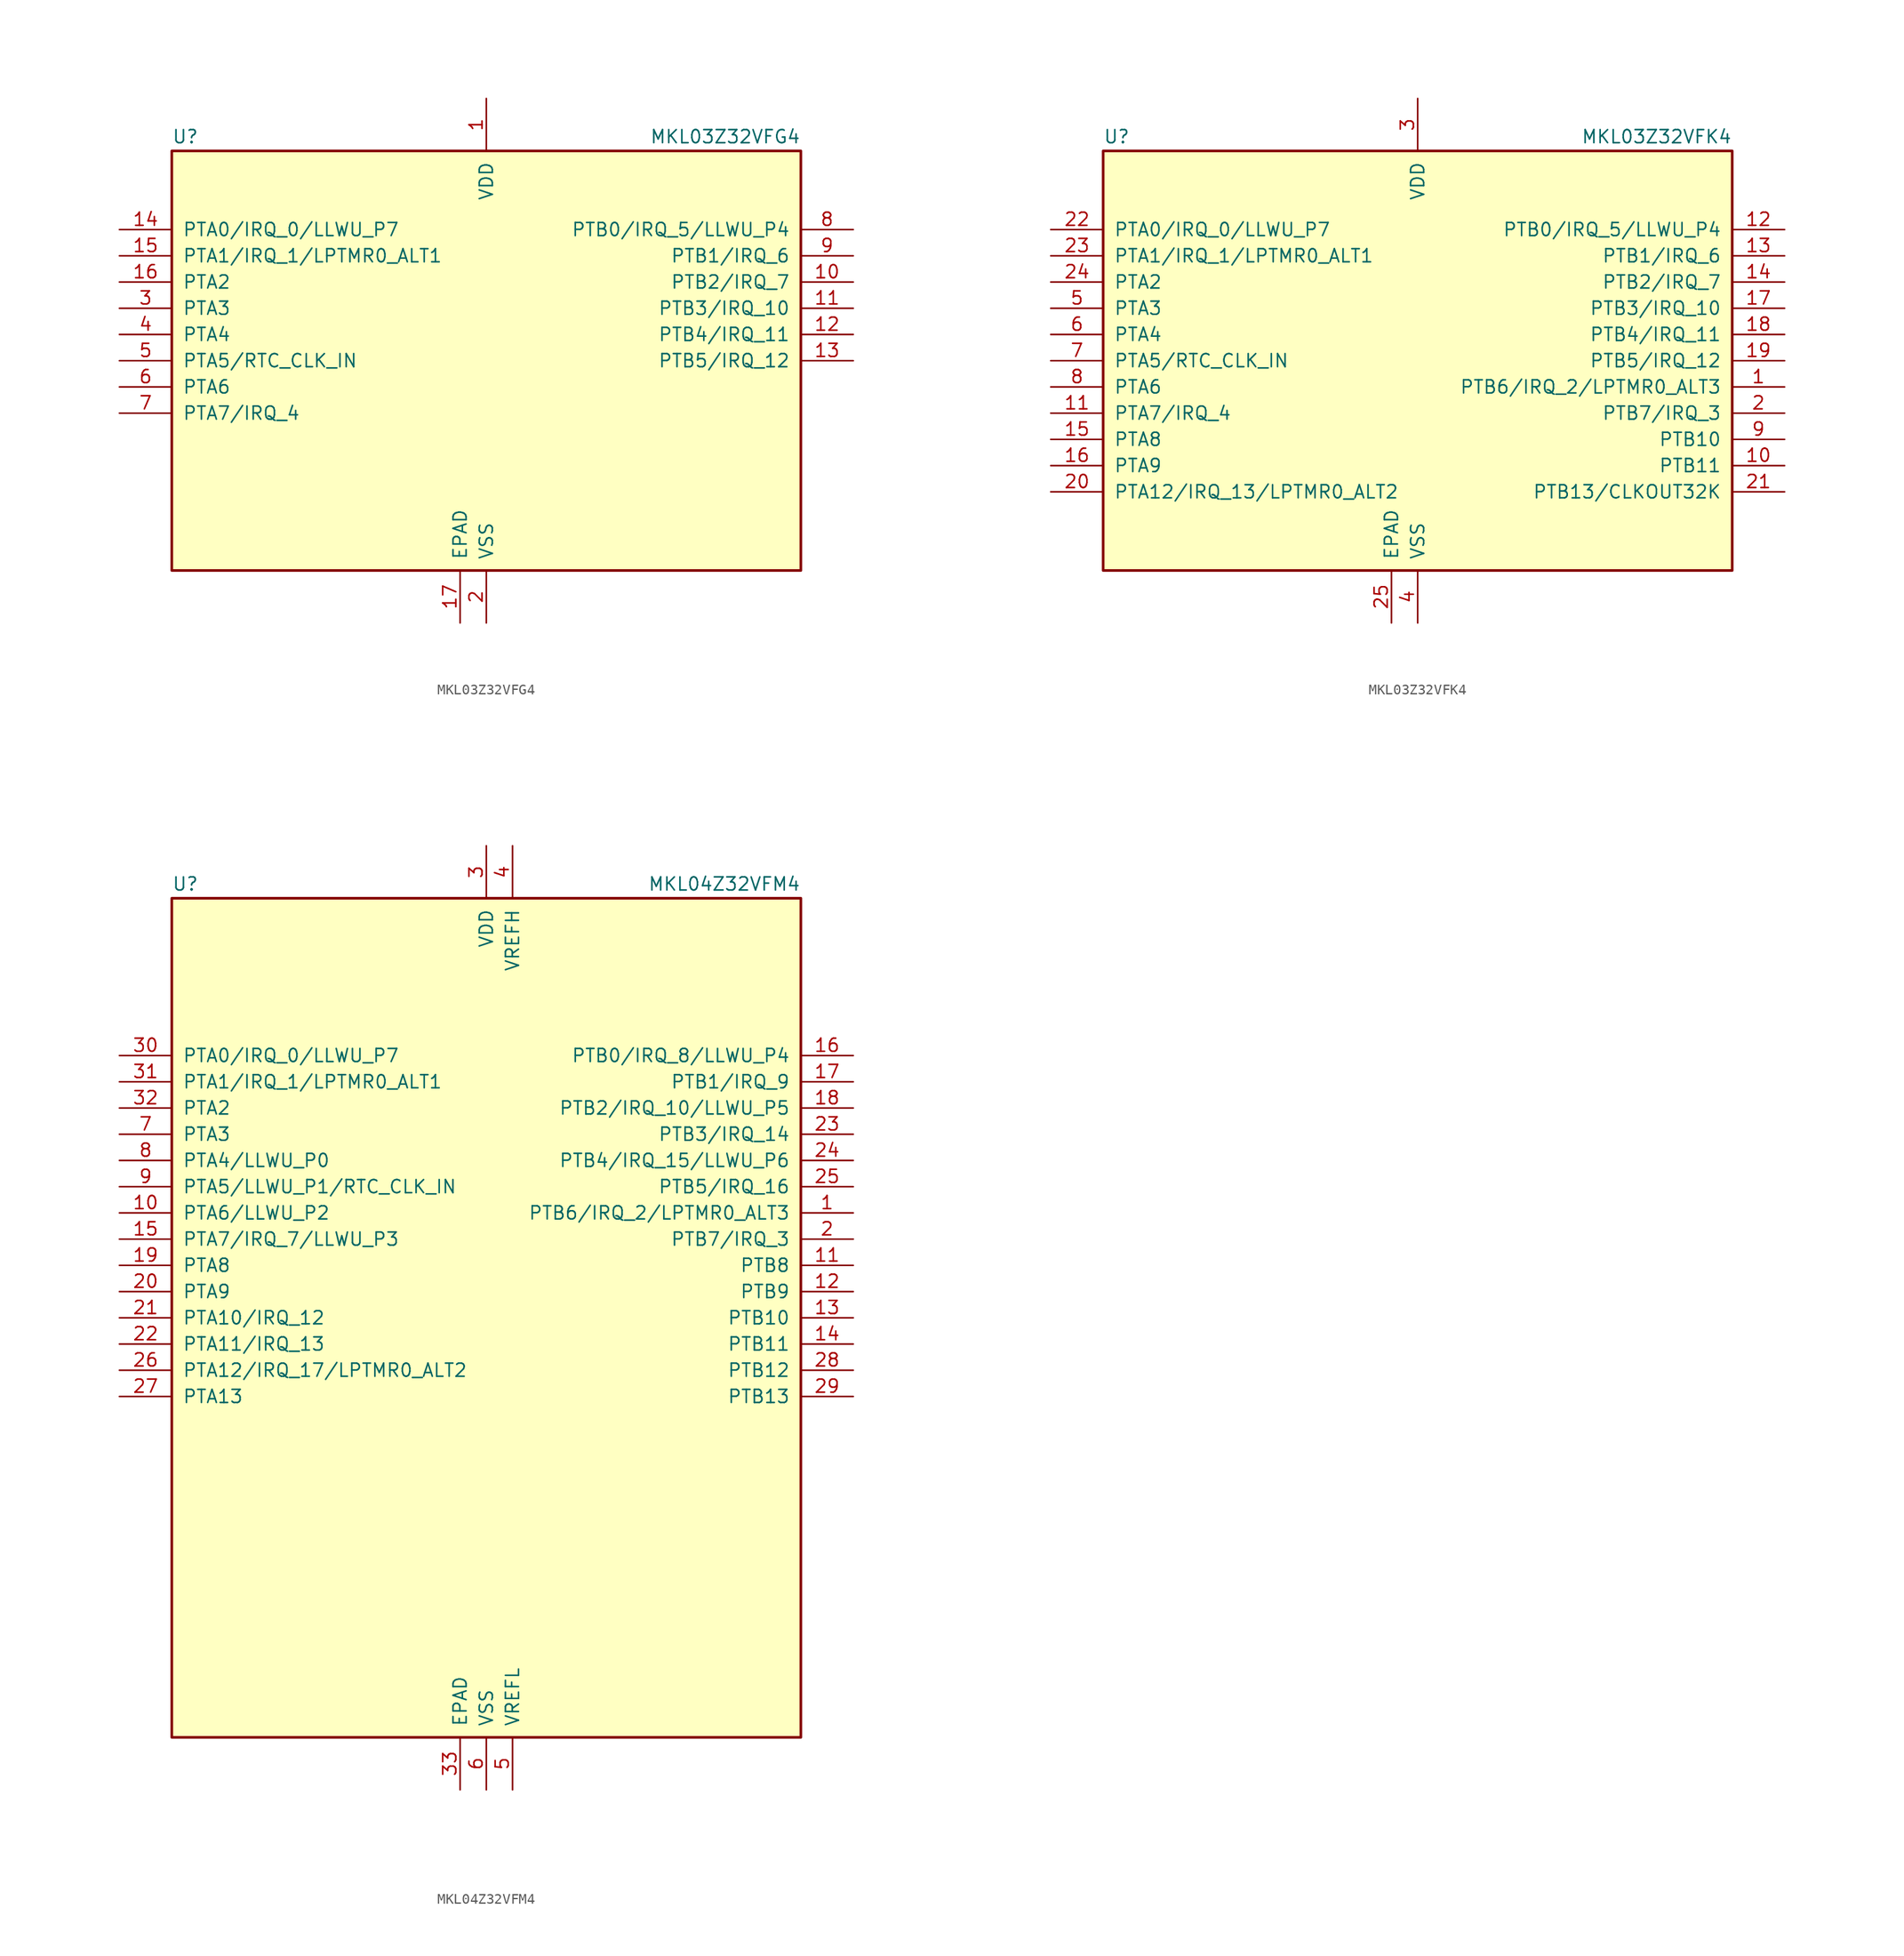
<source format=kicad_sym>
(kicad_symbol_lib
  (version 20211014)
  (generator kicad_symbol_editor)
  (symbol "MKL03Z32VFG4"
    (pin_names
      (offset 1.016))
    (property "Reference" "U"
      (at -30.48 20.955 0)
      (effects (font (size 1.27 1.27)) (justify left bottom)))
    (property "Value" "MKL03Z32VFG4"
      (at 30.48 20.955 0)
      (effects (font (size 1.27 1.27)) (justify right bottom)))
    (symbol "MKL03Z32VFG4_0_1"
      (rectangle (start -30.48 20.32) (end 30.48 -20.32) (stroke (width 0.254) (type default) (color 0 0 0 0)) (fill (type background))))
    (symbol "MKL03Z32VFG4_1_1"
      (pin power_in line (at 0 25.4 270) (length 5.08) (name "VDD" (effects (font (size 1.27 1.27)))) (number "1" (effects (font (size 1.27 1.27)))))
      (pin bidirectional line (at 35.56 7.62 180) (length 5.08) (name "PTB2/IRQ_7" (effects (font (size 1.27 1.27)))) (number "10" (effects (font (size 1.27 1.27)))))
      (pin bidirectional line (at 35.56 5.08 180) (length 5.08) (name "PTB3/IRQ_10" (effects (font (size 1.27 1.27)))) (number "11" (effects (font (size 1.27 1.27)))))
      (pin bidirectional line (at 35.56 2.54 180) (length 5.08) (name "PTB4/IRQ_11" (effects (font (size 1.27 1.27)))) (number "12" (effects (font (size 1.27 1.27)))))
      (pin bidirectional line (at 35.56 0 180) (length 5.08) (name "PTB5/IRQ_12" (effects (font (size 1.27 1.27)))) (number "13" (effects (font (size 1.27 1.27)))))
      (pin bidirectional line (at -35.56 12.7 0) (length 5.08) (name "PTA0/IRQ_0/LLWU_P7" (effects (font (size 1.27 1.27)))) (number "14" (effects (font (size 1.27 1.27)))))
      (pin bidirectional line (at -35.56 10.16 0) (length 5.08) (name "PTA1/IRQ_1/LPTMR0_ALT1" (effects (font (size 1.27 1.27)))) (number "15" (effects (font (size 1.27 1.27)))))
      (pin bidirectional line (at -35.56 7.62 0) (length 5.08) (name "PTA2" (effects (font (size 1.27 1.27)))) (number "16" (effects (font (size 1.27 1.27)))))
      (pin power_in line (at -2.54 -25.4 90) (length 5.08) (name "EPAD" (effects (font (size 1.27 1.27)))) (number "17" (effects (font (size 1.27 1.27)))))
      (pin power_in line (at 0 -25.4 90) (length 5.08) (name "VSS" (effects (font (size 1.27 1.27)))) (number "2" (effects (font (size 1.27 1.27)))))
      (pin bidirectional line (at -35.56 5.08 0) (length 5.08) (name "PTA3" (effects (font (size 1.27 1.27)))) (number "3" (effects (font (size 1.27 1.27)))))
      (pin bidirectional line (at -35.56 2.54 0) (length 5.08) (name "PTA4" (effects (font (size 1.27 1.27)))) (number "4" (effects (font (size 1.27 1.27)))))
      (pin bidirectional line (at -35.56 0 0) (length 5.08) (name "PTA5/RTC_CLK_IN" (effects (font (size 1.27 1.27)))) (number "5" (effects (font (size 1.27 1.27)))))
      (pin bidirectional line (at -35.56 -2.54 0) (length 5.08) (name "PTA6" (effects (font (size 1.27 1.27)))) (number "6" (effects (font (size 1.27 1.27)))))
      (pin bidirectional line (at -35.56 -5.08 0) (length 5.08) (name "PTA7/IRQ_4" (effects (font (size 1.27 1.27)))) (number "7" (effects (font (size 1.27 1.27)))))
      (pin bidirectional line (at 35.56 12.7 180) (length 5.08) (name "PTB0/IRQ_5/LLWU_P4" (effects (font (size 1.27 1.27)))) (number "8" (effects (font (size 1.27 1.27)))))
      (pin bidirectional line (at 35.56 10.16 180) (length 5.08) (name "PTB1/IRQ_6" (effects (font (size 1.27 1.27)))) (number "9" (effects (font (size 1.27 1.27)))))))
  (symbol "MKL03Z32VFK4"
    (pin_names
      (offset 1.016))
    (property "Reference" "U"
      (at -30.48 20.955 0)
      (effects (font (size 1.27 1.27)) (justify left bottom)))
    (property "Value" "MKL03Z32VFK4"
      (at 30.48 20.955 0)
      (effects (font (size 1.27 1.27)) (justify right bottom)))
    (symbol "MKL03Z32VFK4_0_1"
      (rectangle (start -30.48 20.32) (end 30.48 -20.32) (stroke (width 0.254) (type default) (color 0 0 0 0)) (fill (type background))))
    (symbol "MKL03Z32VFK4_1_1"
      (pin bidirectional line (at 35.56 -2.54 180) (length 5.08) (name "PTB6/IRQ_2/LPTMR0_ALT3" (effects (font (size 1.27 1.27)))) (number "1" (effects (font (size 1.27 1.27)))))
      (pin bidirectional line (at 35.56 -10.16 180) (length 5.08) (name "PTB11" (effects (font (size 1.27 1.27)))) (number "10" (effects (font (size 1.27 1.27)))))
      (pin bidirectional line (at -35.56 -5.08 0) (length 5.08) (name "PTA7/IRQ_4" (effects (font (size 1.27 1.27)))) (number "11" (effects (font (size 1.27 1.27)))))
      (pin bidirectional line (at 35.56 12.7 180) (length 5.08) (name "PTB0/IRQ_5/LLWU_P4" (effects (font (size 1.27 1.27)))) (number "12" (effects (font (size 1.27 1.27)))))
      (pin bidirectional line (at 35.56 10.16 180) (length 5.08) (name "PTB1/IRQ_6" (effects (font (size 1.27 1.27)))) (number "13" (effects (font (size 1.27 1.27)))))
      (pin bidirectional line (at 35.56 7.62 180) (length 5.08) (name "PTB2/IRQ_7" (effects (font (size 1.27 1.27)))) (number "14" (effects (font (size 1.27 1.27)))))
      (pin bidirectional line (at -35.56 -7.62 0) (length 5.08) (name "PTA8" (effects (font (size 1.27 1.27)))) (number "15" (effects (font (size 1.27 1.27)))))
      (pin bidirectional line (at -35.56 -10.16 0) (length 5.08) (name "PTA9" (effects (font (size 1.27 1.27)))) (number "16" (effects (font (size 1.27 1.27)))))
      (pin bidirectional line (at 35.56 5.08 180) (length 5.08) (name "PTB3/IRQ_10" (effects (font (size 1.27 1.27)))) (number "17" (effects (font (size 1.27 1.27)))))
      (pin bidirectional line (at 35.56 2.54 180) (length 5.08) (name "PTB4/IRQ_11" (effects (font (size 1.27 1.27)))) (number "18" (effects (font (size 1.27 1.27)))))
      (pin bidirectional line (at 35.56 0 180) (length 5.08) (name "PTB5/IRQ_12" (effects (font (size 1.27 1.27)))) (number "19" (effects (font (size 1.27 1.27)))))
      (pin bidirectional line (at 35.56 -5.08 180) (length 5.08) (name "PTB7/IRQ_3" (effects (font (size 1.27 1.27)))) (number "2" (effects (font (size 1.27 1.27)))))
      (pin bidirectional line (at -35.56 -12.7 0) (length 5.08) (name "PTA12/IRQ_13/LPTMR0_ALT2" (effects (font (size 1.27 1.27)))) (number "20" (effects (font (size 1.27 1.27)))))
      (pin bidirectional line (at 35.56 -12.7 180) (length 5.08) (name "PTB13/CLKOUT32K" (effects (font (size 1.27 1.27)))) (number "21" (effects (font (size 1.27 1.27)))))
      (pin bidirectional line (at -35.56 12.7 0) (length 5.08) (name "PTA0/IRQ_0/LLWU_P7" (effects (font (size 1.27 1.27)))) (number "22" (effects (font (size 1.27 1.27)))))
      (pin bidirectional line (at -35.56 10.16 0) (length 5.08) (name "PTA1/IRQ_1/LPTMR0_ALT1" (effects (font (size 1.27 1.27)))) (number "23" (effects (font (size 1.27 1.27)))))
      (pin bidirectional line (at -35.56 7.62 0) (length 5.08) (name "PTA2" (effects (font (size 1.27 1.27)))) (number "24" (effects (font (size 1.27 1.27)))))
      (pin power_in line (at -2.54 -25.4 90) (length 5.08) (name "EPAD" (effects (font (size 1.27 1.27)))) (number "25" (effects (font (size 1.27 1.27)))))
      (pin power_in line (at 0 25.4 270) (length 5.08) (name "VDD" (effects (font (size 1.27 1.27)))) (number "3" (effects (font (size 1.27 1.27)))))
      (pin power_in line (at 0 -25.4 90) (length 5.08) (name "VSS" (effects (font (size 1.27 1.27)))) (number "4" (effects (font (size 1.27 1.27)))))
      (pin bidirectional line (at -35.56 5.08 0) (length 5.08) (name "PTA3" (effects (font (size 1.27 1.27)))) (number "5" (effects (font (size 1.27 1.27)))))
      (pin bidirectional line (at -35.56 2.54 0) (length 5.08) (name "PTA4" (effects (font (size 1.27 1.27)))) (number "6" (effects (font (size 1.27 1.27)))))
      (pin bidirectional line (at -35.56 0 0) (length 5.08) (name "PTA5/RTC_CLK_IN" (effects (font (size 1.27 1.27)))) (number "7" (effects (font (size 1.27 1.27)))))
      (pin bidirectional line (at -35.56 -2.54 0) (length 5.08) (name "PTA6" (effects (font (size 1.27 1.27)))) (number "8" (effects (font (size 1.27 1.27)))))
      (pin bidirectional line (at 35.56 -7.62 180) (length 5.08) (name "PTB10" (effects (font (size 1.27 1.27)))) (number "9" (effects (font (size 1.27 1.27)))))))
  (symbol "MKL04Z32VFM4"
    (pin_names
      (offset 1.016))
    (property "Reference" "U"
      (at -30.48 41.275 0)
      (effects (font (size 1.27 1.27)) (justify left bottom)))
    (property "Value" "MKL04Z32VFM4"
      (at 30.48 41.275 0)
      (effects (font (size 1.27 1.27)) (justify right bottom)))
    (symbol "MKL04Z32VFM4_0_1"
      (rectangle (start -30.48 40.64) (end 30.48 -40.64) (stroke (width 0.254) (type default) (color 0 0 0 0)) (fill (type background))))
    (symbol "MKL04Z32VFM4_1_1"
      (pin bidirectional line (at 35.56 10.16 180) (length 5.08) (name "PTB6/IRQ_2/LPTMR0_ALT3" (effects (font (size 1.27 1.27)))) (number "1" (effects (font (size 1.27 1.27)))))
      (pin bidirectional line (at -35.56 10.16 0) (length 5.08) (name "PTA6/LLWU_P2" (effects (font (size 1.27 1.27)))) (number "10" (effects (font (size 1.27 1.27)))))
      (pin bidirectional line (at 35.56 5.08 180) (length 5.08) (name "PTB8" (effects (font (size 1.27 1.27)))) (number "11" (effects (font (size 1.27 1.27)))))
      (pin bidirectional line (at 35.56 2.54 180) (length 5.08) (name "PTB9" (effects (font (size 1.27 1.27)))) (number "12" (effects (font (size 1.27 1.27)))))
      (pin bidirectional line (at 35.56 0 180) (length 5.08) (name "PTB10" (effects (font (size 1.27 1.27)))) (number "13" (effects (font (size 1.27 1.27)))))
      (pin bidirectional line (at 35.56 -2.54 180) (length 5.08) (name "PTB11" (effects (font (size 1.27 1.27)))) (number "14" (effects (font (size 1.27 1.27)))))
      (pin bidirectional line (at -35.56 7.62 0) (length 5.08) (name "PTA7/IRQ_7/LLWU_P3" (effects (font (size 1.27 1.27)))) (number "15" (effects (font (size 1.27 1.27)))))
      (pin bidirectional line (at 35.56 25.4 180) (length 5.08) (name "PTB0/IRQ_8/LLWU_P4" (effects (font (size 1.27 1.27)))) (number "16" (effects (font (size 1.27 1.27)))))
      (pin bidirectional line (at 35.56 22.86 180) (length 5.08) (name "PTB1/IRQ_9" (effects (font (size 1.27 1.27)))) (number "17" (effects (font (size 1.27 1.27)))))
      (pin bidirectional line (at 35.56 20.32 180) (length 5.08) (name "PTB2/IRQ_10/LLWU_P5" (effects (font (size 1.27 1.27)))) (number "18" (effects (font (size 1.27 1.27)))))
      (pin bidirectional line (at -35.56 5.08 0) (length 5.08) (name "PTA8" (effects (font (size 1.27 1.27)))) (number "19" (effects (font (size 1.27 1.27)))))
      (pin bidirectional line (at 35.56 7.62 180) (length 5.08) (name "PTB7/IRQ_3" (effects (font (size 1.27 1.27)))) (number "2" (effects (font (size 1.27 1.27)))))
      (pin bidirectional line (at -35.56 2.54 0) (length 5.08) (name "PTA9" (effects (font (size 1.27 1.27)))) (number "20" (effects (font (size 1.27 1.27)))))
      (pin bidirectional line (at -35.56 0 0) (length 5.08) (name "PTA10/IRQ_12" (effects (font (size 1.27 1.27)))) (number "21" (effects (font (size 1.27 1.27)))))
      (pin bidirectional line (at -35.56 -2.54 0) (length 5.08) (name "PTA11/IRQ_13" (effects (font (size 1.27 1.27)))) (number "22" (effects (font (size 1.27 1.27)))))
      (pin bidirectional line (at 35.56 17.78 180) (length 5.08) (name "PTB3/IRQ_14" (effects (font (size 1.27 1.27)))) (number "23" (effects (font (size 1.27 1.27)))))
      (pin bidirectional line (at 35.56 15.24 180) (length 5.08) (name "PTB4/IRQ_15/LLWU_P6" (effects (font (size 1.27 1.27)))) (number "24" (effects (font (size 1.27 1.27)))))
      (pin bidirectional line (at 35.56 12.7 180) (length 5.08) (name "PTB5/IRQ_16" (effects (font (size 1.27 1.27)))) (number "25" (effects (font (size 1.27 1.27)))))
      (pin bidirectional line (at -35.56 -5.08 0) (length 5.08) (name "PTA12/IRQ_17/LPTMR0_ALT2" (effects (font (size 1.27 1.27)))) (number "26" (effects (font (size 1.27 1.27)))))
      (pin bidirectional line (at -35.56 -7.62 0) (length 5.08) (name "PTA13" (effects (font (size 1.27 1.27)))) (number "27" (effects (font (size 1.27 1.27)))))
      (pin bidirectional line (at 35.56 -5.08 180) (length 5.08) (name "PTB12" (effects (font (size 1.27 1.27)))) (number "28" (effects (font (size 1.27 1.27)))))
      (pin bidirectional line (at 35.56 -7.62 180) (length 5.08) (name "PTB13" (effects (font (size 1.27 1.27)))) (number "29" (effects (font (size 1.27 1.27)))))
      (pin power_in line (at 0 45.72 270) (length 5.08) (name "VDD" (effects (font (size 1.27 1.27)))) (number "3" (effects (font (size 1.27 1.27)))))
      (pin bidirectional line (at -35.56 25.4 0) (length 5.08) (name "PTA0/IRQ_0/LLWU_P7" (effects (font (size 1.27 1.27)))) (number "30" (effects (font (size 1.27 1.27)))))
      (pin bidirectional line (at -35.56 22.86 0) (length 5.08) (name "PTA1/IRQ_1/LPTMR0_ALT1" (effects (font (size 1.27 1.27)))) (number "31" (effects (font (size 1.27 1.27)))))
      (pin bidirectional line (at -35.56 20.32 0) (length 5.08) (name "PTA2" (effects (font (size 1.27 1.27)))) (number "32" (effects (font (size 1.27 1.27)))))
      (pin power_in line (at -2.54 -45.72 90) (length 5.08) (name "EPAD" (effects (font (size 1.27 1.27)))) (number "33" (effects (font (size 1.27 1.27)))))
      (pin power_in line (at 2.54 45.72 270) (length 5.08) (name "VREFH" (effects (font (size 1.27 1.27)))) (number "4" (effects (font (size 1.27 1.27)))))
      (pin power_in line (at 2.54 -45.72 90) (length 5.08) (name "VREFL" (effects (font (size 1.27 1.27)))) (number "5" (effects (font (size 1.27 1.27)))))
      (pin power_in line (at 0 -45.72 90) (length 5.08) (name "VSS" (effects (font (size 1.27 1.27)))) (number "6" (effects (font (size 1.27 1.27)))))
      (pin bidirectional line (at -35.56 17.78 0) (length 5.08) (name "PTA3" (effects (font (size 1.27 1.27)))) (number "7" (effects (font (size 1.27 1.27)))))
      (pin bidirectional line (at -35.56 15.24 0) (length 5.08) (name "PTA4/LLWU_P0" (effects (font (size 1.27 1.27)))) (number "8" (effects (font (size 1.27 1.27)))))
      (pin bidirectional line (at -35.56 12.7 0) (length 5.08) (name "PTA5/LLWU_P1/RTC_CLK_IN" (effects (font (size 1.27 1.27)))) (number "9" (effects (font (size 1.27 1.27))))))))
</source>
